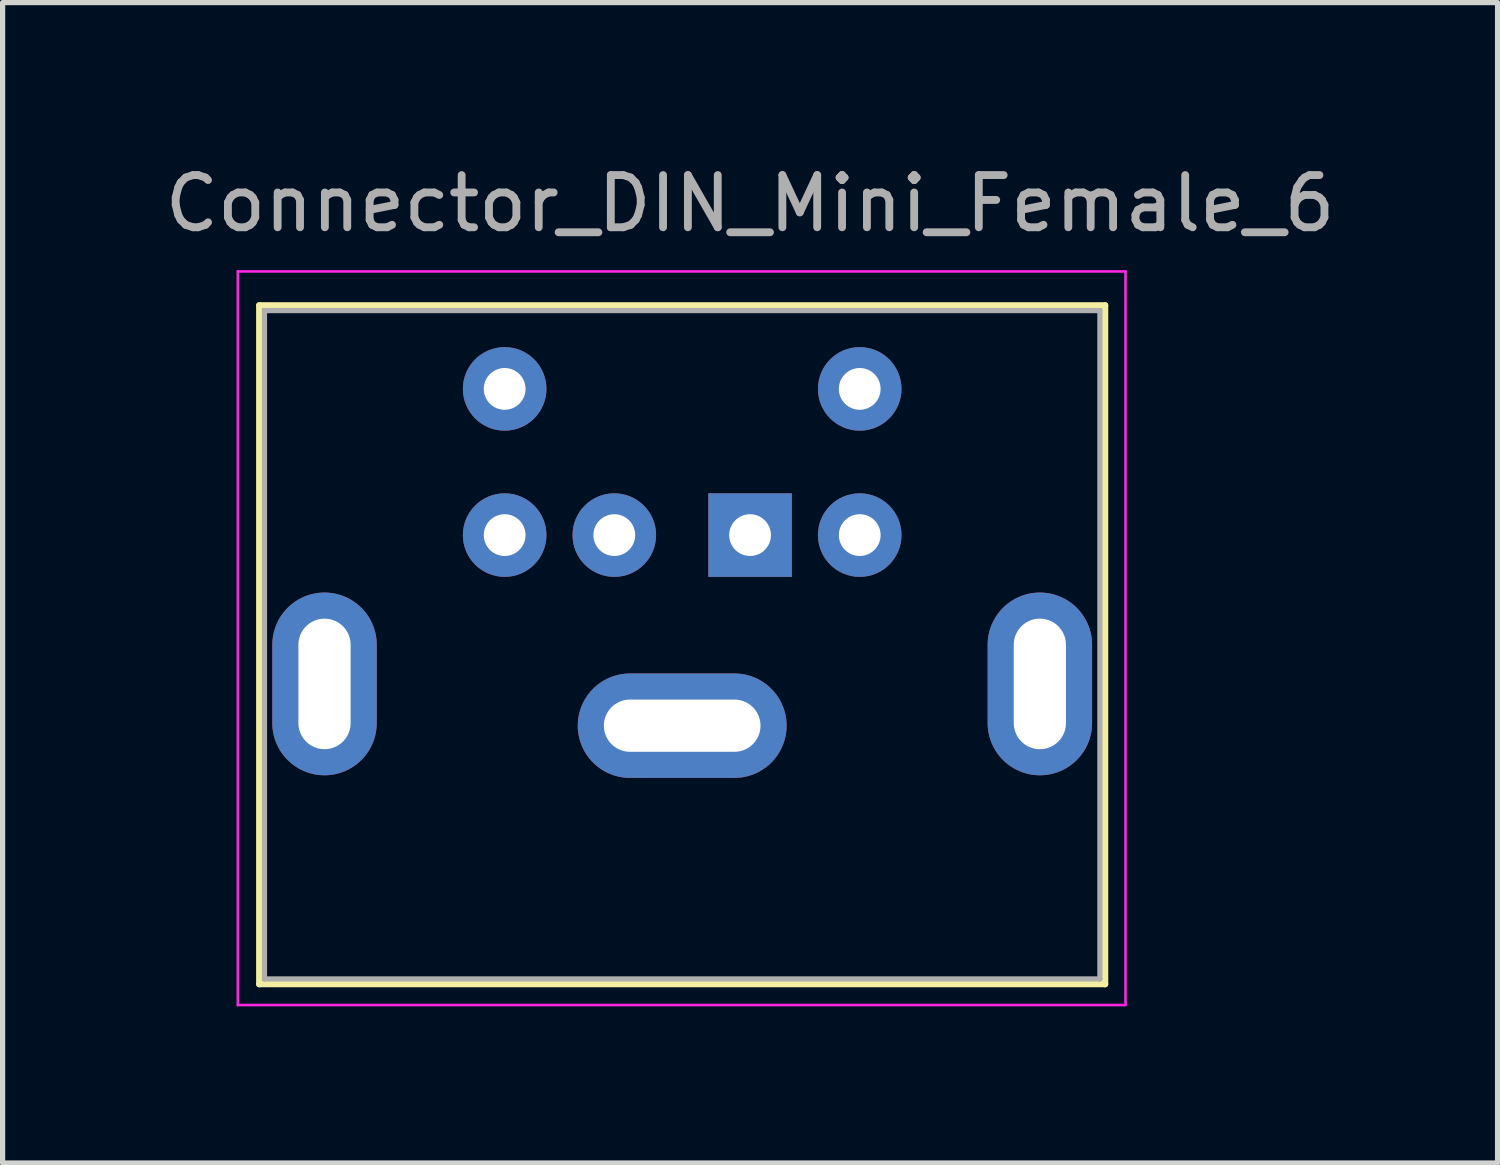
<source format=kicad_pcb>
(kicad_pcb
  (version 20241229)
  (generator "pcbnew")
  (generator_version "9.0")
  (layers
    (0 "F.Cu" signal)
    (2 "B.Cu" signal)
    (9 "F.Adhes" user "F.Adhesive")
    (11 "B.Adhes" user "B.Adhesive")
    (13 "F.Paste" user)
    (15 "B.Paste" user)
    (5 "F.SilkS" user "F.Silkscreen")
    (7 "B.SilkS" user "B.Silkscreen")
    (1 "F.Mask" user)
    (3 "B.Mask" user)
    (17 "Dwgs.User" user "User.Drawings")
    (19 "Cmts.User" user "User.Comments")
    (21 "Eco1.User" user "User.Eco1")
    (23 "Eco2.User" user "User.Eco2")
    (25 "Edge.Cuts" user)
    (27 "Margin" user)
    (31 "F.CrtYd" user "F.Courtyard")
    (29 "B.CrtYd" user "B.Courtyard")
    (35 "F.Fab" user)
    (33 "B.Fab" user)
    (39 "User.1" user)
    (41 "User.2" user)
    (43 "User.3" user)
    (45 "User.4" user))
  (footprint "Connector_DIN_Mini_Female_6"
    (layer "F.Cu")
    (at 11.315 7.198)
    (property "Reference" "Connector_DIN_Mini_Female_6" (at 0 -6.342 0) (unlocked yes) (layer "F.SilkS") (effects (font (size 1 1) (thickness 0.1))))
    (attr smd)
    (fp_line (start -9.4 -4.4) (end -9.4 8.6) (stroke (width 0.12) (type solid)) (layer "F.SilkS"))
    (fp_line (start -9.4 -4.4) (end 6.8 -4.4) (stroke (width 0.12) (type solid)) (layer "F.SilkS"))
    (fp_line (start -9.4 8.6) (end 6.8 8.6) (stroke (width 0.12) (type solid)) (layer "F.SilkS"))
    (fp_line (start 6.8 -4.4) (end 6.8 8.6) (stroke (width 0.12) (type solid)) (layer "F.SilkS"))
    (fp_line (start -9.81 -5.05) (end -9.81 9) (stroke (width 0.05) (type solid)) (layer "F.CrtYd"))
    (fp_line (start -9.81 -5.05) (end 7.19 -5.05) (stroke (width 0.05) (type solid)) (layer "F.CrtYd"))
    (fp_line (start 7.19 9) (end -9.81 9) (stroke (width 0.05) (type solid)) (layer "F.CrtYd"))
    (fp_line (start 7.19 9) (end 7.19 -5.05) (stroke (width 0.05) (type solid)) (layer "F.CrtYd"))
    (fp_line (start -9.3 -4.3) (end 6.7 -4.3) (stroke (width 0.1) (type solid)) (layer "F.Fab"))
    (fp_line (start -9.3 8.5) (end -9.3 -4.3) (stroke (width 0.1) (type solid)) (layer "F.Fab"))
    (fp_line (start 6.7 -4.3) (end 6.7 8.5) (stroke (width 0.1) (type solid)) (layer "F.Fab"))
    (fp_line (start 6.7 8.5) (end -9.3 8.5) (stroke (width 0.1) (type solid)) (layer "F.Fab"))
    (fp_text user "${REFERENCE}" (at 0 -6.35 0) (unlocked yes) (layer "F.Fab") (effects (font (size 1 1) (thickness 0.15))))
    (pad "1" thru_hole rect (at 0 0) (size 1.6 1.6) (drill 0.8) (layers "*.Cu" "*.Mask"))
    (pad "2" thru_hole circle (at -2.6 0) (size 1.6 1.6) (drill 0.8) (layers "*.Cu" "*.Mask"))
    (pad "3" thru_hole circle (at 2.1 0) (size 1.6 1.6) (drill 0.8) (layers "*.Cu" "*.Mask"))
    (pad "4" thru_hole circle (at -4.7 0) (size 1.6 1.6) (drill 0.8) (layers "*.Cu" "*.Mask"))
    (pad "5" thru_hole circle (at 2.1 -2.8) (size 1.6 1.6) (drill 0.8) (layers "*.Cu" "*.Mask"))
    (pad "6" thru_hole circle (at -4.7 -2.8) (size 1.6 1.6) (drill 0.8) (layers "*.Cu" "*.Mask"))
    (pad "7" thru_hole oval (at -8.15 2.85) (size 2 3.5) (drill oval 1 2.5) (layers "*.Cu" "*.Mask"))
    (pad "7" thru_hole oval (at -1.3 3.65) (size 4 2) (drill oval 3 1) (layers "*.Cu" "*.Mask"))
    (pad "7" thru_hole oval (at 5.55 2.85) (size 2 3.5) (drill oval 1 2.5) (layers "*.Cu" "*.Mask")))
  (gr_rect
    (start -3 -3)
    (end 25.631 19.223)
    (stroke (width 0.1) (type default))
    (fill no)
    (layer "Edge.Cuts")))
</source>
